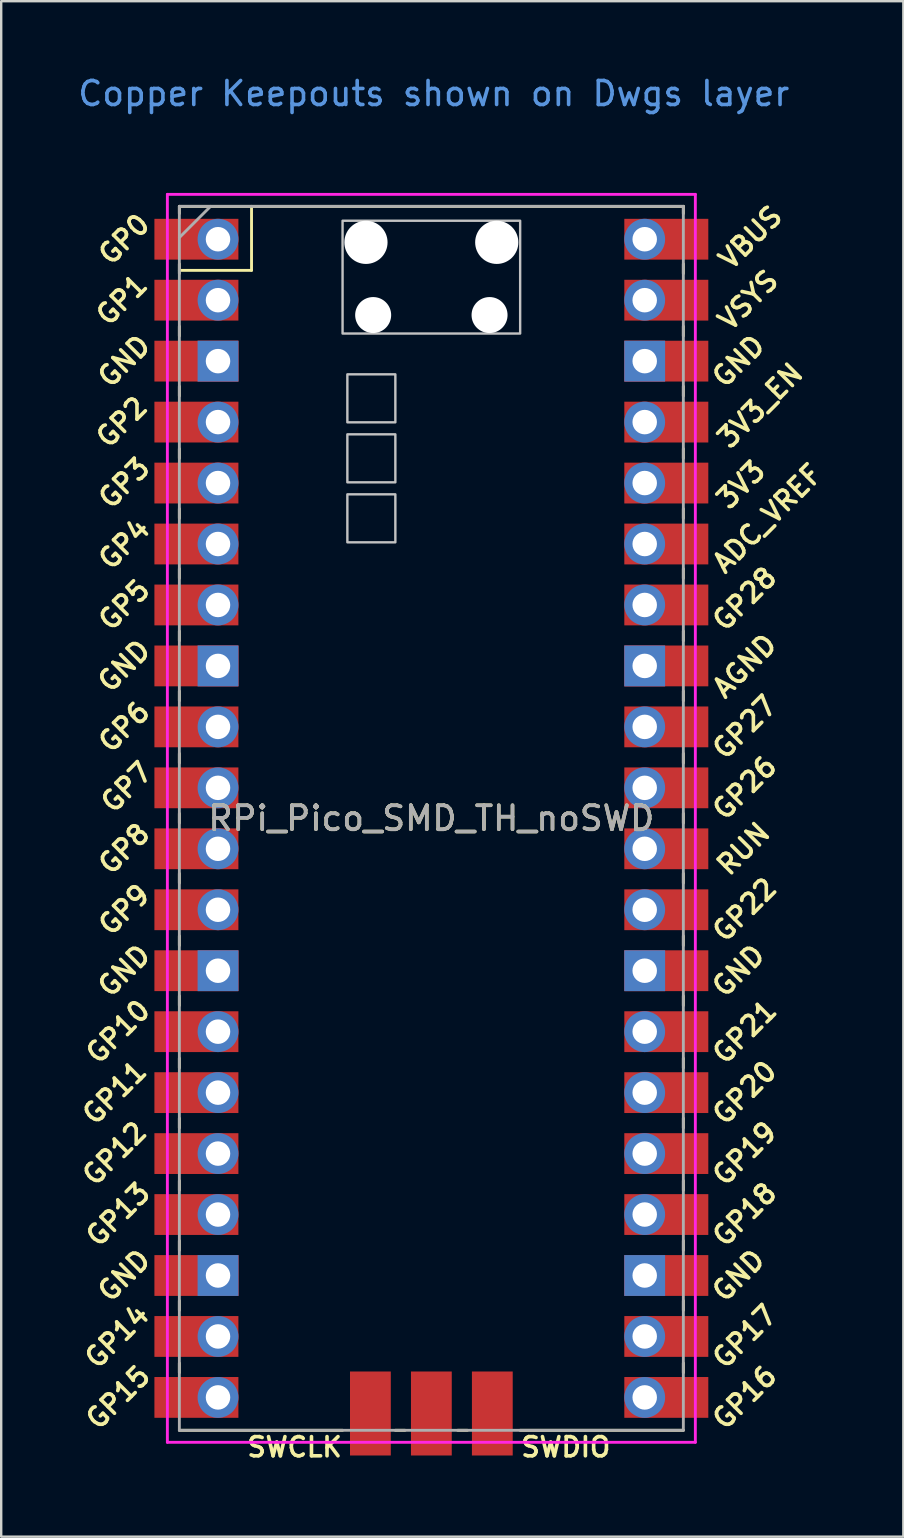
<source format=kicad_pcb>
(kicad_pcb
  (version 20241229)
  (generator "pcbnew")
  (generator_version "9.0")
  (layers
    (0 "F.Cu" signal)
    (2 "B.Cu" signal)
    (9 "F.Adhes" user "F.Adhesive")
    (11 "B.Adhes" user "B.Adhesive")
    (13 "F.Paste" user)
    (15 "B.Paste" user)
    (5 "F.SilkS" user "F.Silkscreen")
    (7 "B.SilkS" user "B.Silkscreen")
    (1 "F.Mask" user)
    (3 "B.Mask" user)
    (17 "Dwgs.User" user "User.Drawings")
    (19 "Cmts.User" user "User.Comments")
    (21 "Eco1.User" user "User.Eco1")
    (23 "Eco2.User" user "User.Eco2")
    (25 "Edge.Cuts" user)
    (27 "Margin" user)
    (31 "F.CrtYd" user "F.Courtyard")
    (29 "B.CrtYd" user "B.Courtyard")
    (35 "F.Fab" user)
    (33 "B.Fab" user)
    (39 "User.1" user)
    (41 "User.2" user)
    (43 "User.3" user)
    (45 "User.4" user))
  (footprint "RPi_Pico_SMD_TH_noSWD"
    (layer "F.Cu")
    (at 14.924 31.048)
    (property "Reference" "RPi_Pico_SMD_TH_noSWD" (at 0 0 0) (layer "F.SilkS") (effects (font (size 1 1) (thickness 0.15))))
    (attr through_hole)
    (fp_line (start -10.5 -25.5) (end -10.5 -25.2) (stroke (width 0.12) (type solid)) (layer "F.SilkS"))
    (fp_line (start -10.5 -25.5) (end 10.5 -25.5) (stroke (width 0.12) (type solid)) (layer "F.SilkS"))
    (fp_line (start -10.5 -23.1) (end -10.5 -22.7) (stroke (width 0.12) (type solid)) (layer "F.SilkS"))
    (fp_line (start -10.5 -22.833) (end -7.493 -22.833) (stroke (width 0.12) (type solid)) (layer "F.SilkS"))
    (fp_line (start -10.5 -20.5) (end -10.5 -20.1) (stroke (width 0.12) (type solid)) (layer "F.SilkS"))
    (fp_line (start -10.5 -18) (end -10.5 -17.6) (stroke (width 0.12) (type solid)) (layer "F.SilkS"))
    (fp_line (start -10.5 -15.4) (end -10.5 -15) (stroke (width 0.12) (type solid)) (layer "F.SilkS"))
    (fp_line (start -10.5 -12.9) (end -10.5 -12.5) (stroke (width 0.12) (type solid)) (layer "F.SilkS"))
    (fp_line (start -10.5 -10.4) (end -10.5 -10) (stroke (width 0.12) (type solid)) (layer "F.SilkS"))
    (fp_line (start -10.5 -7.8) (end -10.5 -7.4) (stroke (width 0.12) (type solid)) (layer "F.SilkS"))
    (fp_line (start -10.5 -5.3) (end -10.5 -4.9) (stroke (width 0.12) (type solid)) (layer "F.SilkS"))
    (fp_line (start -10.5 -2.7) (end -10.5 -2.3) (stroke (width 0.12) (type solid)) (layer "F.SilkS"))
    (fp_line (start -10.5 -0.2) (end -10.5 0.2) (stroke (width 0.12) (type solid)) (layer "F.SilkS"))
    (fp_line (start -10.5 2.3) (end -10.5 2.7) (stroke (width 0.12) (type solid)) (layer "F.SilkS"))
    (fp_line (start -10.5 4.9) (end -10.5 5.3) (stroke (width 0.12) (type solid)) (layer "F.SilkS"))
    (fp_line (start -10.5 7.4) (end -10.5 7.8) (stroke (width 0.12) (type solid)) (layer "F.SilkS"))
    (fp_line (start -10.5 10) (end -10.5 10.4) (stroke (width 0.12) (type solid)) (layer "F.SilkS"))
    (fp_line (start -10.5 12.5) (end -10.5 12.9) (stroke (width 0.12) (type solid)) (layer "F.SilkS"))
    (fp_line (start -10.5 15.1) (end -10.5 15.5) (stroke (width 0.12) (type solid)) (layer "F.SilkS"))
    (fp_line (start -10.5 17.6) (end -10.5 18) (stroke (width 0.12) (type solid)) (layer "F.SilkS"))
    (fp_line (start -10.5 20.1) (end -10.5 20.5) (stroke (width 0.12) (type solid)) (layer "F.SilkS"))
    (fp_line (start -10.5 22.7) (end -10.5 23.1) (stroke (width 0.12) (type solid)) (layer "F.SilkS"))
    (fp_line (start -7.493 -22.833) (end -7.493 -25.5) (stroke (width 0.12) (type solid)) (layer "F.SilkS"))
    (fp_line (start -3.7 25.5) (end -10.5 25.5) (stroke (width 0.12) (type solid)) (layer "F.SilkS"))
    (fp_line (start -1.5 25.5) (end -1.1 25.5) (stroke (width 0.12) (type solid)) (layer "F.SilkS"))
    (fp_line (start 1.1 25.5) (end 1.5 25.5) (stroke (width 0.12) (type solid)) (layer "F.SilkS"))
    (fp_line (start 10.5 -25.5) (end 10.5 -25.2) (stroke (width 0.12) (type solid)) (layer "F.SilkS"))
    (fp_line (start 10.5 -23.1) (end 10.5 -22.7) (stroke (width 0.12) (type solid)) (layer "F.SilkS"))
    (fp_line (start 10.5 -20.5) (end 10.5 -20.1) (stroke (width 0.12) (type solid)) (layer "F.SilkS"))
    (fp_line (start 10.5 -18) (end 10.5 -17.6) (stroke (width 0.12) (type solid)) (layer "F.SilkS"))
    (fp_line (start 10.5 -15.4) (end 10.5 -15) (stroke (width 0.12) (type solid)) (layer "F.SilkS"))
    (fp_line (start 10.5 -12.9) (end 10.5 -12.5) (stroke (width 0.12) (type solid)) (layer "F.SilkS"))
    (fp_line (start 10.5 -10.4) (end 10.5 -10) (stroke (width 0.12) (type solid)) (layer "F.SilkS"))
    (fp_line (start 10.5 -7.8) (end 10.5 -7.4) (stroke (width 0.12) (type solid)) (layer "F.SilkS"))
    (fp_line (start 10.5 -5.3) (end 10.5 -4.9) (stroke (width 0.12) (type solid)) (layer "F.SilkS"))
    (fp_line (start 10.5 -2.7) (end 10.5 -2.3) (stroke (width 0.12) (type solid)) (layer "F.SilkS"))
    (fp_line (start 10.5 -0.2) (end 10.5 0.2) (stroke (width 0.12) (type solid)) (layer "F.SilkS"))
    (fp_line (start 10.5 2.3) (end 10.5 2.7) (stroke (width 0.12) (type solid)) (layer "F.SilkS"))
    (fp_line (start 10.5 4.9) (end 10.5 5.3) (stroke (width 0.12) (type solid)) (layer "F.SilkS"))
    (fp_line (start 10.5 7.4) (end 10.5 7.8) (stroke (width 0.12) (type solid)) (layer "F.SilkS"))
    (fp_line (start 10.5 10) (end 10.5 10.4) (stroke (width 0.12) (type solid)) (layer "F.SilkS"))
    (fp_line (start 10.5 12.5) (end 10.5 12.9) (stroke (width 0.12) (type solid)) (layer "F.SilkS"))
    (fp_line (start 10.5 15.1) (end 10.5 15.5) (stroke (width 0.12) (type solid)) (layer "F.SilkS"))
    (fp_line (start 10.5 17.6) (end 10.5 18) (stroke (width 0.12) (type solid)) (layer "F.SilkS"))
    (fp_line (start 10.5 20.1) (end 10.5 20.5) (stroke (width 0.12) (type solid)) (layer "F.SilkS"))
    (fp_line (start 10.5 22.7) (end 10.5 23.1) (stroke (width 0.12) (type solid)) (layer "F.SilkS"))
    (fp_line (start 10.5 25.5) (end 3.7 25.5) (stroke (width 0.12) (type solid)) (layer "F.SilkS"))
    (fp_poly (pts (xy -1.5 -16.5) (xy -3.5 -16.5) (xy -3.5 -18.5) (xy -1.5 -18.5)) (stroke (width 0.1) (type solid)) (fill no) (layer "Dwgs.User"))
    (fp_poly (pts (xy -1.5 -14) (xy -3.5 -14) (xy -3.5 -16) (xy -1.5 -16)) (stroke (width 0.1) (type solid)) (fill no) (layer "Dwgs.User"))
    (fp_poly (pts (xy -1.5 -11.5) (xy -3.5 -11.5) (xy -3.5 -13.5) (xy -1.5 -13.5)) (stroke (width 0.1) (type solid)) (fill no) (layer "Dwgs.User"))
    (fp_poly (pts (xy 3.7 -20.2) (xy -3.7 -20.2) (xy -3.7 -24.9) (xy 3.7 -24.9)) (stroke (width 0.1) (type solid)) (fill no) (layer "Dwgs.User"))
    (fp_line (start -11 -26) (end 11 -26) (stroke (width 0.12) (type solid)) (layer "F.CrtYd"))
    (fp_line (start -11 26) (end -11 -26) (stroke (width 0.12) (type solid)) (layer "F.CrtYd"))
    (fp_line (start 11 -26) (end 11 26) (stroke (width 0.12) (type solid)) (layer "F.CrtYd"))
    (fp_line (start 11 26) (end -11 26) (stroke (width 0.12) (type solid)) (layer "F.CrtYd"))
    (fp_line (start -10.5 -25.5) (end 10.5 -25.5) (stroke (width 0.12) (type solid)) (layer "F.Fab"))
    (fp_line (start -10.5 -24.2) (end -9.2 -25.5) (stroke (width 0.12) (type solid)) (layer "F.Fab"))
    (fp_line (start -10.5 25.5) (end -10.5 -25.5) (stroke (width 0.12) (type solid)) (layer "F.Fab"))
    (fp_line (start 10.5 -25.5) (end 10.5 25.5) (stroke (width 0.12) (type solid)) (layer "F.Fab"))
    (fp_line (start 10.5 25.5) (end -10.5 25.5) (stroke (width 0.12) (type solid)) (layer "F.Fab"))
    (fp_text user "GP1" (at -12.9 -21.6 45) (layer "F.SilkS") (effects (font (size 0.8 0.8) (thickness 0.15))))
    (fp_text user "GND" (at -12.8 6.35 45) (layer "F.SilkS") (effects (font (size 0.8 0.8) (thickness 0.15))))
    (fp_text user "GP15" (at -13.054 24.13 45) (layer "F.SilkS") (effects (font (size 0.8 0.8) (thickness 0.15))))
    (fp_text user "3V3" (at 12.9 -13.9 45) (layer "F.SilkS") (effects (font (size 0.8 0.8) (thickness 0.15))))
    (fp_text user "GP4" (at -12.8 -11.43 45) (layer "F.SilkS") (effects (font (size 0.8 0.8) (thickness 0.15))))
    (fp_text user "GP22" (at 13.054 3.81 45) (layer "F.SilkS") (effects (font (size 0.8 0.8) (thickness 0.15))))
    (fp_text user "GP9" (at -12.8 3.81 45) (layer "F.SilkS") (effects (font (size 0.8 0.8) (thickness 0.15))))
    (fp_text user "SWDIO" (at 5.6 26.2 0) (layer "F.SilkS") (effects (font (size 0.8 0.8) (thickness 0.15))))
    (fp_text user "GP10" (at -13.054 8.89 45) (layer "F.SilkS") (effects (font (size 0.8 0.8) (thickness 0.15))))
    (fp_text user "RUN" (at 13 1.27 45) (layer "F.SilkS") (effects (font (size 0.8 0.8) (thickness 0.15))))
    (fp_text user "GP27" (at 13.054 -3.8 45) (layer "F.SilkS") (effects (font (size 0.8 0.8) (thickness 0.15))))
    (fp_text user "VSYS" (at 13.2 -21.59 45) (layer "F.SilkS") (effects (font (size 0.8 0.8) (thickness 0.15))))
    (fp_text user "3V3_EN" (at 13.7 -17.2 45) (layer "F.SilkS") (effects (font (size 0.8 0.8) (thickness 0.15))))
    (fp_text user "GP21" (at 13.054 8.9 45) (layer "F.SilkS") (effects (font (size 0.8 0.8) (thickness 0.15))))
    (fp_text user "GND" (at 12.8 6.35 45) (layer "F.SilkS") (effects (font (size 0.8 0.8) (thickness 0.15))))
    (fp_text user "GP2" (at -12.9 -16.51 45) (layer "F.SilkS") (effects (font (size 0.8 0.8) (thickness 0.15))))
    (fp_text user "GND" (at -12.8 19.05 45) (layer "F.SilkS") (effects (font (size 0.8 0.8) (thickness 0.15))))
    (fp_text user "GP5" (at -12.8 -8.89 45) (layer "F.SilkS") (effects (font (size 0.8 0.8) (thickness 0.15))))
    (fp_text user "GP19" (at 13.054 13.97 45) (layer "F.SilkS") (effects (font (size 0.8 0.8) (thickness 0.15))))
    (fp_text user "GP3" (at -12.8 -13.97 45) (layer "F.SilkS") (effects (font (size 0.8 0.8) (thickness 0.15))))
    (fp_text user "GP0" (at -12.8 -24.13 45) (layer "F.SilkS") (effects (font (size 0.8 0.8) (thickness 0.15))))
    (fp_text user "GP16" (at 13.054 24.13 45) (layer "F.SilkS") (effects (font (size 0.8 0.8) (thickness 0.15))))
    (fp_text user "GP26" (at 13.054 -1.27 45) (layer "F.SilkS") (effects (font (size 0.8 0.8) (thickness 0.15))))
    (fp_text user "GP6" (at -12.8 -3.81 45) (layer "F.SilkS") (effects (font (size 0.8 0.8) (thickness 0.15))))
    (fp_text user "GND" (at -12.8 -6.35 45) (layer "F.SilkS") (effects (font (size 0.8 0.8) (thickness 0.15))))
    (fp_text user "ADC_VREF" (at 14 -12.5 45) (layer "F.SilkS") (effects (font (size 0.8 0.8) (thickness 0.15))))
    (fp_text user "GND" (at -12.8 -19.05 45) (layer "F.SilkS") (effects (font (size 0.8 0.8) (thickness 0.15))))
    (fp_text user "GP11" (at -13.2 11.43 45) (layer "F.SilkS") (effects (font (size 0.8 0.8) (thickness 0.15))))
    (fp_text user "GP7" (at -12.7 -1.3 45) (layer "F.SilkS") (effects (font (size 0.8 0.8) (thickness 0.15))))
    (fp_text user "GND" (at 12.8 -19.05 45) (layer "F.SilkS") (effects (font (size 0.8 0.8) (thickness 0.15))))
    (fp_text user "AGND" (at 13.054 -6.35 45) (layer "F.SilkS") (effects (font (size 0.8 0.8) (thickness 0.15))))
    (fp_text user "GP18" (at 13.054 16.51 45) (layer "F.SilkS") (effects (font (size 0.8 0.8) (thickness 0.15))))
    (fp_text user "GP28" (at 13.054 -9.144 45) (layer "F.SilkS") (effects (font (size 0.8 0.8) (thickness 0.15))))
    (fp_text user "GP20" (at 13.054 11.43 45) (layer "F.SilkS") (effects (font (size 0.8 0.8) (thickness 0.15))))
    (fp_text user "GP12" (at -13.2 13.97 45) (layer "F.SilkS") (effects (font (size 0.8 0.8) (thickness 0.15))))
    (fp_text user "GP14" (at -13.1 21.59 45) (layer "F.SilkS") (effects (font (size 0.8 0.8) (thickness 0.15))))
    (fp_text user "SWCLK" (at -5.7 26.2 0) (layer "F.SilkS") (effects (font (size 0.8 0.8) (thickness 0.15))))
    (fp_text user "GP8" (at -12.8 1.27 45) (layer "F.SilkS") (effects (font (size 0.8 0.8) (thickness 0.15))))
    (fp_text user "GND" (at 12.8 19.05 45) (layer "F.SilkS") (effects (font (size 0.8 0.8) (thickness 0.15))))
    (fp_text user "VBUS" (at 13.3 -24.2 45) (layer "F.SilkS") (effects (font (size 0.8 0.8) (thickness 0.15))))
    (fp_text user "GP17" (at 13.054 21.59 45) (layer "F.SilkS") (effects (font (size 0.8 0.8) (thickness 0.15))))
    (fp_text user "GP13" (at -13.054 16.51 45) (layer "F.SilkS") (effects (font (size 0.8 0.8) (thickness 0.15))))
    (fp_text user "Copper Keepouts shown on Dwgs layer" (at 0.1 -30.2 0) (layer "Cmts.User") (effects (font (size 1 1) (thickness 0.15))))
    (fp_text user "${REFERENCE}" (at 0 0 180) (layer "F.Fab") (effects (font (size 1 1) (thickness 0.15))))
    (pad "" np_thru_hole oval (at -2.725 -24) (size 1.8 1.8) (drill 1.8) (layers "*.Cu" "*.Mask"))
    (pad "" np_thru_hole oval (at -2.425 -20.97) (size 1.5 1.5) (drill 1.5) (layers "*.Cu" "*.Mask"))
    (pad "" np_thru_hole oval (at 2.425 -20.97) (size 1.5 1.5) (drill 1.5) (layers "*.Cu" "*.Mask"))
    (pad "" np_thru_hole oval (at 2.725 -24) (size 1.8 1.8) (drill 1.8) (layers "*.Cu" "*.Mask"))
    (pad "1" thru_hole oval (at -8.89 -24.13) (size 1.7 1.7) (drill 1.02) (layers "*.Cu" "*.Mask"))
    (pad "1" smd rect (at -8.89 -24.13) (size 3.5 1.7) (drill (offset -0.9 0)) (layers "F.Cu" "F.Mask"))
    (pad "2" thru_hole oval (at -8.89 -21.59) (size 1.7 1.7) (drill 1.02) (layers "*.Cu" "*.Mask"))
    (pad "2" smd rect (at -8.89 -21.59) (size 3.5 1.7) (drill (offset -0.9 0)) (layers "F.Cu" "F.Mask"))
    (pad "3" thru_hole rect (at -8.89 -19.05) (size 1.7 1.7) (drill 1.02) (layers "*.Cu" "*.Mask"))
    (pad "3" smd rect (at -8.89 -19.05) (size 3.5 1.7) (drill (offset -0.9 0)) (layers "F.Cu" "F.Mask"))
    (pad "4" thru_hole oval (at -8.89 -16.51) (size 1.7 1.7) (drill 1.02) (layers "*.Cu" "*.Mask"))
    (pad "4" smd rect (at -8.89 -16.51) (size 3.5 1.7) (drill (offset -0.9 0)) (layers "F.Cu" "F.Mask"))
    (pad "5" thru_hole oval (at -8.89 -13.97) (size 1.7 1.7) (drill 1.02) (layers "*.Cu" "*.Mask"))
    (pad "5" smd rect (at -8.89 -13.97) (size 3.5 1.7) (drill (offset -0.9 0)) (layers "F.Cu" "F.Mask"))
    (pad "6" thru_hole oval (at -8.89 -11.43) (size 1.7 1.7) (drill 1.02) (layers "*.Cu" "*.Mask"))
    (pad "6" smd rect (at -8.89 -11.43) (size 3.5 1.7) (drill (offset -0.9 0)) (layers "F.Cu" "F.Mask"))
    (pad "7" thru_hole oval (at -8.89 -8.89) (size 1.7 1.7) (drill 1.02) (layers "*.Cu" "*.Mask"))
    (pad "7" smd rect (at -8.89 -8.89) (size 3.5 1.7) (drill (offset -0.9 0)) (layers "F.Cu" "F.Mask"))
    (pad "8" thru_hole rect (at -8.89 -6.35) (size 1.7 1.7) (drill 1.02) (layers "*.Cu" "*.Mask"))
    (pad "8" smd rect (at -8.89 -6.35) (size 3.5 1.7) (drill (offset -0.9 0)) (layers "F.Cu" "F.Mask"))
    (pad "9" thru_hole oval (at -8.89 -3.81) (size 1.7 1.7) (drill 1.02) (layers "*.Cu" "*.Mask"))
    (pad "9" smd rect (at -8.89 -3.81) (size 3.5 1.7) (drill (offset -0.9 0)) (layers "F.Cu" "F.Mask"))
    (pad "10" thru_hole oval (at -8.89 -1.27) (size 1.7 1.7) (drill 1.02) (layers "*.Cu" "*.Mask"))
    (pad "10" smd rect (at -8.89 -1.27) (size 3.5 1.7) (drill (offset -0.9 0)) (layers "F.Cu" "F.Mask"))
    (pad "11" thru_hole oval (at -8.89 1.27) (size 1.7 1.7) (drill 1.02) (layers "*.Cu" "*.Mask"))
    (pad "11" smd rect (at -8.89 1.27) (size 3.5 1.7) (drill (offset -0.9 0)) (layers "F.Cu" "F.Mask"))
    (pad "12" thru_hole oval (at -8.89 3.81) (size 1.7 1.7) (drill 1.02) (layers "*.Cu" "*.Mask"))
    (pad "12" smd rect (at -8.89 3.81) (size 3.5 1.7) (drill (offset -0.9 0)) (layers "F.Cu" "F.Mask"))
    (pad "13" thru_hole rect (at -8.89 6.35) (size 1.7 1.7) (drill 1.02) (layers "*.Cu" "*.Mask"))
    (pad "13" smd rect (at -8.89 6.35) (size 3.5 1.7) (drill (offset -0.9 0)) (layers "F.Cu" "F.Mask"))
    (pad "14" thru_hole oval (at -8.89 8.89) (size 1.7 1.7) (drill 1.02) (layers "*.Cu" "*.Mask"))
    (pad "14" smd rect (at -8.89 8.89) (size 3.5 1.7) (drill (offset -0.9 0)) (layers "F.Cu" "F.Mask"))
    (pad "15" thru_hole oval (at -8.89 11.43) (size 1.7 1.7) (drill 1.02) (layers "*.Cu" "*.Mask"))
    (pad "15" smd rect (at -8.89 11.43) (size 3.5 1.7) (drill (offset -0.9 0)) (layers "F.Cu" "F.Mask"))
    (pad "16" thru_hole oval (at -8.89 13.97) (size 1.7 1.7) (drill 1.02) (layers "*.Cu" "*.Mask"))
    (pad "16" smd rect (at -8.89 13.97) (size 3.5 1.7) (drill (offset -0.9 0)) (layers "F.Cu" "F.Mask"))
    (pad "17" thru_hole oval (at -8.89 16.51) (size 1.7 1.7) (drill 1.02) (layers "*.Cu" "*.Mask"))
    (pad "17" smd rect (at -8.89 16.51) (size 3.5 1.7) (drill (offset -0.9 0)) (layers "F.Cu" "F.Mask"))
    (pad "18" thru_hole rect (at -8.89 19.05) (size 1.7 1.7) (drill 1.02) (layers "*.Cu" "*.Mask"))
    (pad "18" smd rect (at -8.89 19.05) (size 3.5 1.7) (drill (offset -0.9 0)) (layers "F.Cu" "F.Mask"))
    (pad "19" thru_hole oval (at -8.89 21.59) (size 1.7 1.7) (drill 1.02) (layers "*.Cu" "*.Mask"))
    (pad "19" smd rect (at -8.89 21.59) (size 3.5 1.7) (drill (offset -0.9 0)) (layers "F.Cu" "F.Mask"))
    (pad "20" thru_hole oval (at -8.89 24.13) (size 1.7 1.7) (drill 1.02) (layers "*.Cu" "*.Mask"))
    (pad "20" smd rect (at -8.89 24.13) (size 3.5 1.7) (drill (offset -0.9 0)) (layers "F.Cu" "F.Mask"))
    (pad "21" thru_hole oval (at 8.89 24.13) (size 1.7 1.7) (drill 1.02) (layers "*.Cu" "*.Mask"))
    (pad "21" smd rect (at 8.89 24.13) (size 3.5 1.7) (drill (offset 0.9 0)) (layers "F.Cu" "F.Mask"))
    (pad "22" thru_hole oval (at 8.89 21.59) (size 1.7 1.7) (drill 1.02) (layers "*.Cu" "*.Mask"))
    (pad "22" smd rect (at 8.89 21.59) (size 3.5 1.7) (drill (offset 0.9 0)) (layers "F.Cu" "F.Mask"))
    (pad "23" thru_hole rect (at 8.89 19.05) (size 1.7 1.7) (drill 1.02) (layers "*.Cu" "*.Mask"))
    (pad "23" smd rect (at 8.89 19.05) (size 3.5 1.7) (drill (offset 0.9 0)) (layers "F.Cu" "F.Mask"))
    (pad "24" thru_hole oval (at 8.89 16.51) (size 1.7 1.7) (drill 1.02) (layers "*.Cu" "*.Mask"))
    (pad "24" smd rect (at 8.89 16.51) (size 3.5 1.7) (drill (offset 0.9 0)) (layers "F.Cu" "F.Mask"))
    (pad "25" thru_hole oval (at 8.89 13.97) (size 1.7 1.7) (drill 1.02) (layers "*.Cu" "*.Mask"))
    (pad "25" smd rect (at 8.89 13.97) (size 3.5 1.7) (drill (offset 0.9 0)) (layers "F.Cu" "F.Mask"))
    (pad "26" thru_hole oval (at 8.89 11.43) (size 1.7 1.7) (drill 1.02) (layers "*.Cu" "*.Mask"))
    (pad "26" smd rect (at 8.89 11.43) (size 3.5 1.7) (drill (offset 0.9 0)) (layers "F.Cu" "F.Mask"))
    (pad "27" thru_hole oval (at 8.89 8.89) (size 1.7 1.7) (drill 1.02) (layers "*.Cu" "*.Mask"))
    (pad "27" smd rect (at 8.89 8.89) (size 3.5 1.7) (drill (offset 0.9 0)) (layers "F.Cu" "F.Mask"))
    (pad "28" thru_hole rect (at 8.89 6.35) (size 1.7 1.7) (drill 1.02) (layers "*.Cu" "*.Mask"))
    (pad "28" smd rect (at 8.89 6.35) (size 3.5 1.7) (drill (offset 0.9 0)) (layers "F.Cu" "F.Mask"))
    (pad "29" thru_hole oval (at 8.89 3.81) (size 1.7 1.7) (drill 1.02) (layers "*.Cu" "*.Mask"))
    (pad "29" smd rect (at 8.89 3.81) (size 3.5 1.7) (drill (offset 0.9 0)) (layers "F.Cu" "F.Mask"))
    (pad "30" thru_hole oval (at 8.89 1.27) (size 1.7 1.7) (drill 1.02) (layers "*.Cu" "*.Mask"))
    (pad "30" smd rect (at 8.89 1.27) (size 3.5 1.7) (drill (offset 0.9 0)) (layers "F.Cu" "F.Mask"))
    (pad "31" thru_hole oval (at 8.89 -1.27) (size 1.7 1.7) (drill 1.02) (layers "*.Cu" "*.Mask"))
    (pad "31" smd rect (at 8.89 -1.27) (size 3.5 1.7) (drill (offset 0.9 0)) (layers "F.Cu" "F.Mask"))
    (pad "32" thru_hole oval (at 8.89 -3.81) (size 1.7 1.7) (drill 1.02) (layers "*.Cu" "*.Mask"))
    (pad "32" smd rect (at 8.89 -3.81) (size 3.5 1.7) (drill (offset 0.9 0)) (layers "F.Cu" "F.Mask"))
    (pad "33" thru_hole rect (at 8.89 -6.35) (size 1.7 1.7) (drill 1.02) (layers "*.Cu" "*.Mask"))
    (pad "33" smd rect (at 8.89 -6.35) (size 3.5 1.7) (drill (offset 0.9 0)) (layers "F.Cu" "F.Mask"))
    (pad "34" thru_hole oval (at 8.89 -8.89) (size 1.7 1.7) (drill 1.02) (layers "*.Cu" "*.Mask"))
    (pad "34" smd rect (at 8.89 -8.89) (size 3.5 1.7) (drill (offset 0.9 0)) (layers "F.Cu" "F.Mask"))
    (pad "35" thru_hole oval (at 8.89 -11.43) (size 1.7 1.7) (drill 1.02) (layers "*.Cu" "*.Mask"))
    (pad "35" smd rect (at 8.89 -11.43) (size 3.5 1.7) (drill (offset 0.9 0)) (layers "F.Cu" "F.Mask"))
    (pad "36" thru_hole oval (at 8.89 -13.97) (size 1.7 1.7) (drill 1.02) (layers "*.Cu" "*.Mask"))
    (pad "36" smd rect (at 8.89 -13.97) (size 3.5 1.7) (drill (offset 0.9 0)) (layers "F.Cu" "F.Mask"))
    (pad "37" thru_hole oval (at 8.89 -16.51) (size 1.7 1.7) (drill 1.02) (layers "*.Cu" "*.Mask"))
    (pad "37" smd rect (at 8.89 -16.51) (size 3.5 1.7) (drill (offset 0.9 0)) (layers "F.Cu" "F.Mask"))
    (pad "38" thru_hole rect (at 8.89 -19.05) (size 1.7 1.7) (drill 1.02) (layers "*.Cu" "*.Mask"))
    (pad "38" smd rect (at 8.89 -19.05) (size 3.5 1.7) (drill (offset 0.9 0)) (layers "F.Cu" "F.Mask"))
    (pad "39" thru_hole oval (at 8.89 -21.59) (size 1.7 1.7) (drill 1.02) (layers "*.Cu" "*.Mask"))
    (pad "39" smd rect (at 8.89 -21.59) (size 3.5 1.7) (drill (offset 0.9 0)) (layers "F.Cu" "F.Mask"))
    (pad "40" thru_hole oval (at 8.89 -24.13) (size 1.7 1.7) (drill 1.02) (layers "*.Cu" "*.Mask"))
    (pad "40" smd rect (at 8.89 -24.13) (size 3.5 1.7) (drill (offset 0.9 0)) (layers "F.Cu" "F.Mask"))
    (pad "41" smd rect (at -2.54 23.9 90) (size 3.5 1.7) (drill (offset -0.9 0)) (layers "F.Cu" "F.Mask"))
    (pad "42" smd rect (at 0 23.9 90) (size 3.5 1.7) (drill (offset -0.9 0)) (layers "F.Cu" "F.Mask"))
    (pad "43" smd rect (at 2.54 23.9 90) (size 3.5 1.7) (drill (offset -0.9 0)) (layers "F.Cu" "F.Mask")))
  (gr_rect
    (start -3 -3)
    (end 34.591 60.98)
    (stroke (width 0.1) (type default))
    (fill no)
    (layer "Edge.Cuts")))
</source>
